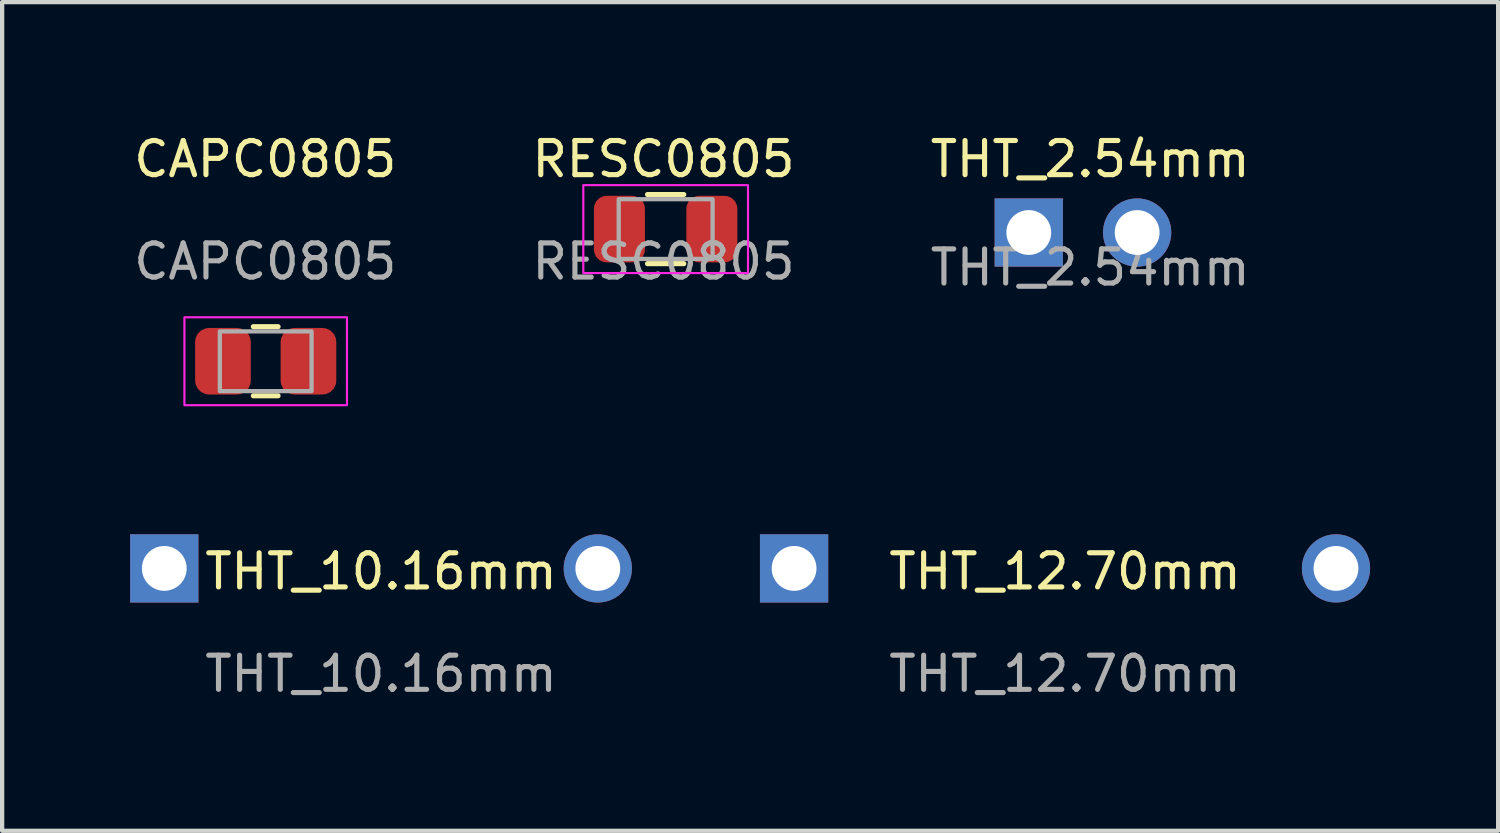
<source format=kicad_pcb>
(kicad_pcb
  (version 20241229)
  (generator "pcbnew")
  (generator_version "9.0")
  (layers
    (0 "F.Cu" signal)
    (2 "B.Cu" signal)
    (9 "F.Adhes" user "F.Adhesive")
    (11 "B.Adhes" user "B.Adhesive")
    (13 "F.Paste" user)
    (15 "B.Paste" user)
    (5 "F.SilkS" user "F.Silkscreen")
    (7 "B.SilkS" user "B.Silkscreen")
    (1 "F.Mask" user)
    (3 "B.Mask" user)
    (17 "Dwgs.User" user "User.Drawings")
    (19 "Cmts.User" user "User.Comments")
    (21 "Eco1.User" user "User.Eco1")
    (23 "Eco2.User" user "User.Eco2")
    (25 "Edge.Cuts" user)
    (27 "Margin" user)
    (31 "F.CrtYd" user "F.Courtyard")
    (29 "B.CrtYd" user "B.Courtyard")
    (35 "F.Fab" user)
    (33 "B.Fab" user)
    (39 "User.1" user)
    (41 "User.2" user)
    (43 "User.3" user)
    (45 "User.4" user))
  (footprint "CAPC0805"
    (layer "F.Cu")
    (at 3.177 5.416)
    (property "Reference" "CAPC0805" (at -0.01 -4.737 0) (unlocked yes) (layer "F.SilkS") (effects (font (size 0.8 0.8) (thickness 0.12))))
    (attr smd)
    (fp_line (start 0.29 -0.81) (end -0.29 -0.81) (stroke (width 0.12) (type default)) (layer "F.SilkS"))
    (fp_line (start 0.29 0.81) (end -0.29 0.81) (stroke (width 0.12) (type default)) (layer "F.SilkS"))
    (fp_rect (start -1.905 -1.03) (end 1.905 1.03) (stroke (width 0.05) (type default)) (fill no) (layer "F.CrtYd"))
    (fp_rect (start -1.075 -0.7) (end 1.075 0.7) (stroke (width 0.1) (type default)) (fill no) (layer "F.Fab"))
    (fp_text user "${REFERENCE}" (at -0.01 -2.337 0) (unlocked yes) (layer "F.Fab") (effects (font (size 0.8 0.8) (thickness 0.12))))
    (pad "1" smd roundrect (at -1.002 0) (size 1.305 1.56) (layers "F.Cu" "F.Mask" "F.Paste") (roundrect_rratio 0.25))
    (pad "2" smd roundrect (at 1.002 0) (size 1.305 1.56) (layers "F.Cu" "F.Mask" "F.Paste") (roundrect_rratio 0.25)))
  (footprint "THT_2.54mm"
    (layer "F.Cu")
    (at 22.33 2.399)
    (property "Reference" "THT_2.54mm" (at 0.17 -1.72 0) (unlocked yes) (layer "F.SilkS") (effects (font (size 0.8 0.8) (thickness 0.12))))
    (attr through_hole)
    (fp_text user "${REFERENCE}" (at 0.17 0.82 0) (unlocked yes) (layer "F.Fab") (effects (font (size 0.8 0.8) (thickness 0.12))))
    (pad "1" thru_hole rect (at -1.27 0) (size 1.6 1.6) (drill 1.05) (layers "*.Cu" "*.Mask"))
    (pad "2" thru_hole circle (at 1.27 0) (size 1.6 1.6) (drill 1.05) (layers "*.Cu" "*.Mask")))
  (footprint "THT_10.16mm"
    (layer "F.Cu")
    (at 5.88 10.271)
    (property "Reference" "THT_10.16mm" (at 0 0.07 0) (unlocked yes) (layer "F.SilkS") (effects (font (size 0.8 0.8) (thickness 0.12))))
    (attr through_hole)
    (fp_text user "${REFERENCE}" (at 0 2.47 0) (unlocked yes) (layer "F.Fab") (effects (font (size 0.8 0.8) (thickness 0.12))))
    (pad "1" thru_hole rect (at -5.08 0) (size 1.6 1.6) (drill 1.05) (layers "*.Cu" "*.Mask"))
    (pad "2" thru_hole circle (at 5.08 0) (size 1.6 1.6) (drill 1.05) (layers "*.Cu" "*.Mask")))
  (footprint "RESC0805"
    (layer "F.Cu")
    (at 12.55 2.319)
    (property "Reference" "RESC0805" (at -0.05 -1.64 0) (unlocked yes) (layer "F.SilkS") (effects (font (size 0.8 0.8) (thickness 0.12))))
    (attr smd)
    (fp_line (start -0.425 0.81) (end 0.425 0.81) (stroke (width 0.12) (type default)) (layer "F.SilkS"))
    (fp_line (start 0.425 -0.81) (end -0.425 -0.81) (stroke (width 0.12) (type default)) (layer "F.SilkS"))
    (fp_rect (start -1.93 -1.03) (end 1.93 1.03) (stroke (width 0.05) (type default)) (fill no) (layer "F.CrtYd"))
    (fp_rect (start -1.1 -0.7) (end 1.1 0.7) (stroke (width 0.1) (type default)) (fill no) (layer "F.Fab"))
    (fp_text user "${REFERENCE}" (at -0.05 0.76 0) (unlocked yes) (layer "F.Fab") (effects (font (size 0.8 0.8) (thickness 0.12))))
    (pad "1" smd roundrect (at -1.083 0) (size 1.195 1.56) (layers "F.Cu" "F.Mask" "F.Paste") (roundrect_rratio 0.25))
    (pad "2" smd roundrect (at 1.083 0) (size 1.195 1.56) (layers "F.Cu" "F.Mask" "F.Paste") (roundrect_rratio 0.25)))
  (footprint "THT_12.70mm"
    (layer "F.Cu")
    (at 21.91 10.271)
    (property "Reference" "THT_12.70mm" (at 0 0.07 0) (unlocked yes) (layer "F.SilkS") (effects (font (size 0.8 0.8) (thickness 0.12))))
    (attr through_hole)
    (fp_text user "${REFERENCE}" (at 0 2.47 0) (unlocked yes) (layer "F.Fab") (effects (font (size 0.8 0.8) (thickness 0.12))))
    (pad "1" thru_hole rect (at -6.35 0) (size 1.6 1.6) (drill 1.05) (layers "*.Cu" "*.Mask"))
    (pad "2" thru_hole circle (at 6.35 0) (size 1.6 1.6) (drill 1.05) (layers "*.Cu" "*.Mask")))
  (gr_rect
    (start -3 -3)
    (end 32.06 16.42)
    (stroke (width 0.1) (type default))
    (fill no)
    (layer "Edge.Cuts")))
</source>
